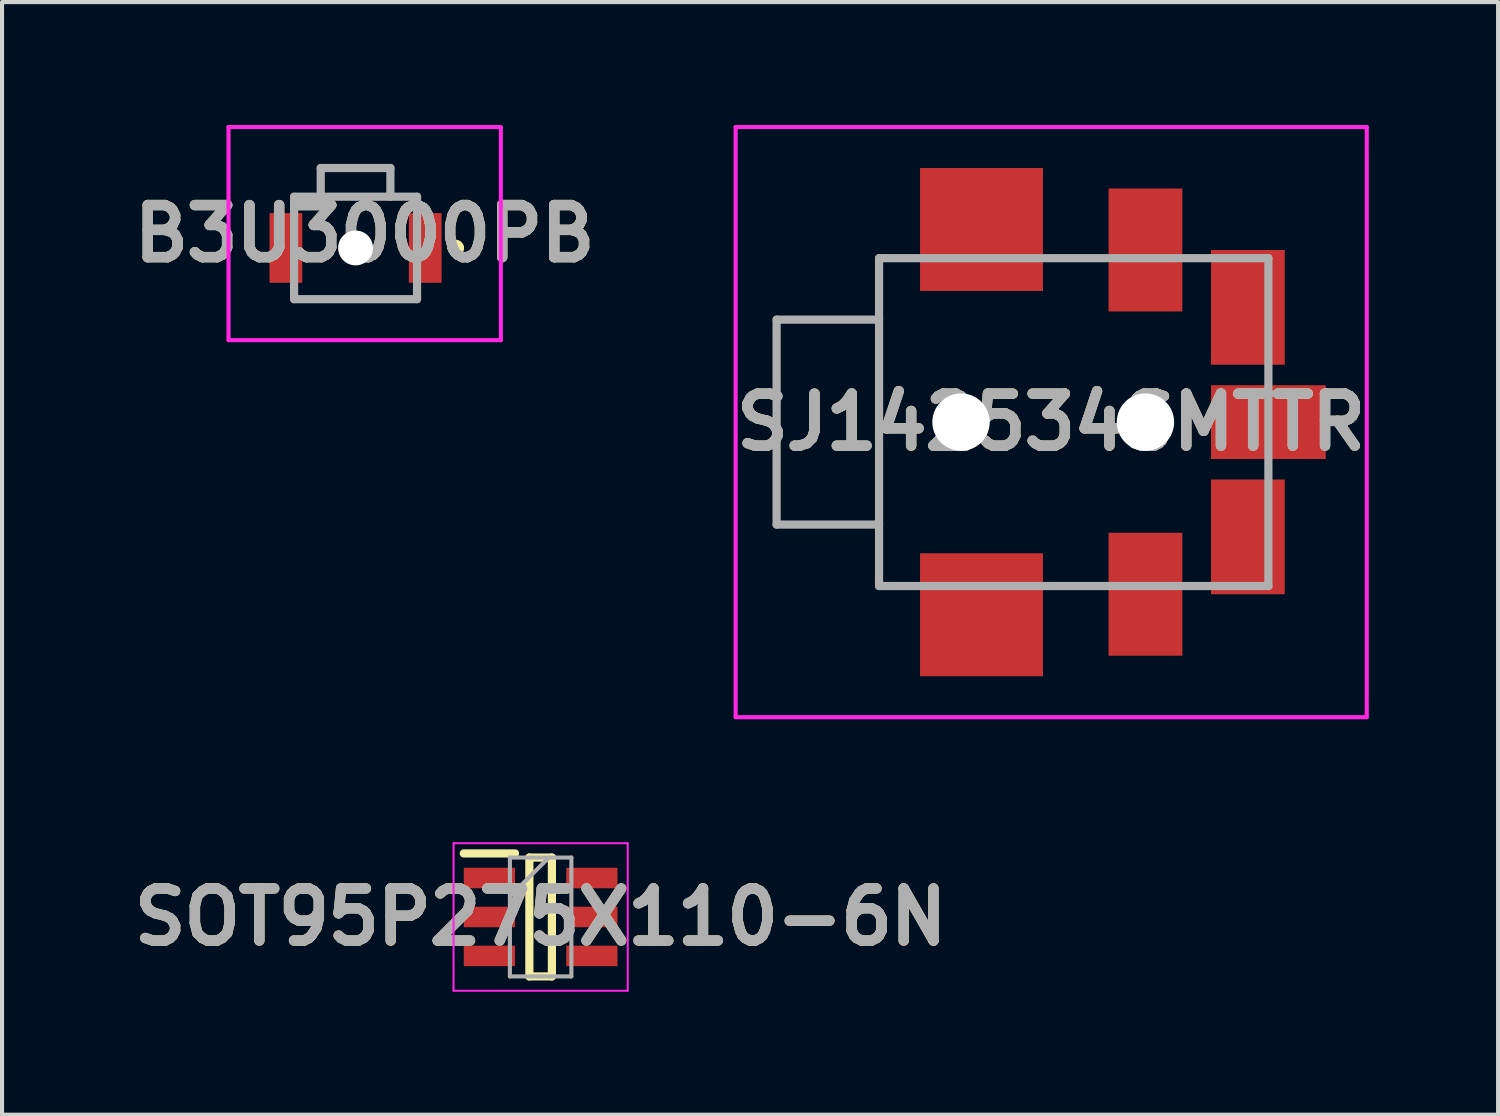
<source format=kicad_pcb>
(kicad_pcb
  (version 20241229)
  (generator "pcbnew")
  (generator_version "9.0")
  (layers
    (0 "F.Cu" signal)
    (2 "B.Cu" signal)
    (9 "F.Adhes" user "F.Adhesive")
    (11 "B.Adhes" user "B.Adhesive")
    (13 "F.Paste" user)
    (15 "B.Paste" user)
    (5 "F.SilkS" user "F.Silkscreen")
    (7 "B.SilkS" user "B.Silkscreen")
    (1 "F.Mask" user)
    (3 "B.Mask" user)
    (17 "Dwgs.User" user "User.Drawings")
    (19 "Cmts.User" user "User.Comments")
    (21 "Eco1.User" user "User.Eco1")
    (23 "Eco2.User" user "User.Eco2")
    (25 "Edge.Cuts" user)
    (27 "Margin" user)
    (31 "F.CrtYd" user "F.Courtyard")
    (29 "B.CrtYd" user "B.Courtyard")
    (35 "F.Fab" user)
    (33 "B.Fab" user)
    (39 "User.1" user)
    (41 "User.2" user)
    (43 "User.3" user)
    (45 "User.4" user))
  (footprint "SOT95P275X110-6N"
    (layer "F.Cu")
    (at 10.142 19.325)
    (property "Reference" "SOT95P275X110-6N" (at 0 0 0) (layer "F.SilkS") (effects (font (size 1.27 1.27) (thickness 0.254))))
    (attr smd)
    (fp_line (start -1.875 -1.55) (end -0.625 -1.55) (stroke (width 0.2) (type solid)) (layer "F.SilkS"))
    (fp_line (start -0.275 -1.45) (end 0.275 -1.45) (stroke (width 0.2) (type solid)) (layer "F.SilkS"))
    (fp_line (start -0.275 1.45) (end -0.275 -1.45) (stroke (width 0.2) (type solid)) (layer "F.SilkS"))
    (fp_line (start 0.275 -1.45) (end 0.275 1.45) (stroke (width 0.2) (type solid)) (layer "F.SilkS"))
    (fp_line (start 0.275 1.45) (end -0.275 1.45) (stroke (width 0.2) (type solid)) (layer "F.SilkS"))
    (fp_line (start -2.125 -1.8) (end 2.125 -1.8) (stroke (width 0.05) (type solid)) (layer "F.CrtYd"))
    (fp_line (start -2.125 1.8) (end -2.125 -1.8) (stroke (width 0.05) (type solid)) (layer "F.CrtYd"))
    (fp_line (start 2.125 -1.8) (end 2.125 1.8) (stroke (width 0.05) (type solid)) (layer "F.CrtYd"))
    (fp_line (start 2.125 1.8) (end -2.125 1.8) (stroke (width 0.05) (type solid)) (layer "F.CrtYd"))
    (fp_line (start -0.75 -1.45) (end 0.75 -1.45) (stroke (width 0.1) (type solid)) (layer "F.Fab"))
    (fp_line (start -0.75 -0.5) (end 0.2 -1.45) (stroke (width 0.1) (type solid)) (layer "F.Fab"))
    (fp_line (start -0.75 1.45) (end -0.75 -1.45) (stroke (width 0.1) (type solid)) (layer "F.Fab"))
    (fp_line (start 0.75 -1.45) (end 0.75 1.45) (stroke (width 0.1) (type solid)) (layer "F.Fab"))
    (fp_line (start 0.75 1.45) (end -0.75 1.45) (stroke (width 0.1) (type solid)) (layer "F.Fab"))
    (fp_text user "${REFERENCE}" (at 0 0 0) (layer "F.Fab") (effects (font (size 1.27 1.27) (thickness 0.254))))
    (pad "1" smd rect (at -1.25 -0.95 90) (size 0.5 1.25) (layers "F.Cu" "F.Mask" "F.Paste"))
    (pad "2" smd rect (at -1.25 0 90) (size 0.5 1.25) (layers "F.Cu" "F.Mask" "F.Paste"))
    (pad "3" smd rect (at -1.25 0.95 90) (size 0.5 1.25) (layers "F.Cu" "F.Mask" "F.Paste"))
    (pad "4" smd rect (at 1.25 0.95 90) (size 0.5 1.25) (layers "F.Cu" "F.Mask" "F.Paste"))
    (pad "5" smd rect (at 1.25 0 90) (size 0.5 1.25) (layers "F.Cu" "F.Mask" "F.Paste"))
    (pad "6" smd rect (at 1.25 -0.95 90) (size 0.5 1.25) (layers "F.Cu" "F.Mask" "F.Paste")))
  (footprint "SJ142534SMTTR"
    (layer "F.Cu")
    (at 22.6 7.25)
    (property "Reference" "SJ142534SMTTR" (at 0 0 0) (layer "F.SilkS") (effects (font (size 1.27 1.27) (thickness 0.254))))
    (attr through_hole)
    (fp_line (start -4.2 -4) (end -4.2 4) (stroke (width 0.1) (type solid)) (layer "F.SilkS"))
    (fp_line (start -4.2 4) (end -3.7 4) (stroke (width 0.1) (type solid)) (layer "F.SilkS"))
    (fp_line (start -3.7 -4) (end -4.2 -4) (stroke (width 0.1) (type solid)) (layer "F.SilkS"))
    (fp_line (start -7.7 -7.2) (end 7.7 -7.2) (stroke (width 0.1) (type solid)) (layer "F.CrtYd"))
    (fp_line (start -7.7 7.2) (end -7.7 -7.2) (stroke (width 0.1) (type solid)) (layer "F.CrtYd"))
    (fp_line (start 7.7 -7.2) (end 7.7 7.2) (stroke (width 0.1) (type solid)) (layer "F.CrtYd"))
    (fp_line (start 7.7 7.2) (end -7.7 7.2) (stroke (width 0.1) (type solid)) (layer "F.CrtYd"))
    (fp_line (start -6.7 -2.5) (end -6.7 2.5) (stroke (width 0.2) (type solid)) (layer "F.Fab"))
    (fp_line (start -6.7 2.5) (end -4.2 2.5) (stroke (width 0.2) (type solid)) (layer "F.Fab"))
    (fp_line (start -4.2 -4) (end 5.3 -4) (stroke (width 0.2) (type solid)) (layer "F.Fab"))
    (fp_line (start -4.2 -2.5) (end -6.7 -2.5) (stroke (width 0.2) (type solid)) (layer "F.Fab"))
    (fp_line (start -4.2 4) (end -4.2 -4) (stroke (width 0.2) (type solid)) (layer "F.Fab"))
    (fp_line (start 5.3 -4) (end 5.3 4) (stroke (width 0.2) (type solid)) (layer "F.Fab"))
    (fp_line (start 5.3 4) (end -4.2 4) (stroke (width 0.2) (type solid)) (layer "F.Fab"))
    (fp_text user "${REFERENCE}" (at 0 0 0) (layer "F.Fab") (effects (font (size 1.27 1.27) (thickness 0.254))))
    (pad "" np_thru_hole circle (at -2.2 0) (size 1.4 1.4) (drill 1.4) (layers "*.Cu" "*.Mask"))
    (pad "" np_thru_hole circle (at 2.3 0) (size 1.4 1.4) (drill 1.4) (layers "*.Cu" "*.Mask"))
    (pad "1" smd rect (at 5.3 0 90) (size 1.8 2.8) (layers "F.Cu" "F.Mask" "F.Paste"))
    (pad "2" smd rect (at 2.3 4.2) (size 1.8 3) (layers "F.Cu" "F.Mask" "F.Paste"))
    (pad "3" smd rect (at 2.3 -4.2) (size 1.8 3) (layers "F.Cu" "F.Mask" "F.Paste"))
    (pad "5" smd rect (at 4.8 2.8) (size 1.8 2.8) (layers "F.Cu" "F.Mask" "F.Paste"))
    (pad "6" smd rect (at 4.8 -2.8) (size 1.8 2.8) (layers "F.Cu" "F.Mask" "F.Paste"))
    (pad "A4" smd rect (at -1.7 -4.7) (size 3 3) (layers "F.Cu" "F.Mask" "F.Paste"))
    (pad "B4" smd rect (at -1.7 4.7) (size 3 3) (layers "F.Cu" "F.Mask" "F.Paste")))
  (footprint "B3U3000PB"
    (layer "F.Cu")
    (at 5.626 3)
    (property "Reference" "B3U3000PB" (at 0.222 -0.35 0) (layer "F.SilkS") (effects (font (size 1.27 1.27) (thickness 0.254))))
    (attr through_hole)
    (fp_line (start -1.5 -1.25) (end -0.85 -1.25) (stroke (width 0.1) (type solid)) (layer "F.SilkS"))
    (fp_line (start -1.5 1.25) (end 1.5 1.25) (stroke (width 0.1) (type solid)) (layer "F.SilkS"))
    (fp_line (start -0.85 -1.95) (end 0.85 -1.95) (stroke (width 0.1) (type solid)) (layer "F.SilkS"))
    (fp_line (start -0.85 -1.25) (end -0.85 -1.95) (stroke (width 0.1) (type solid)) (layer "F.SilkS"))
    (fp_line (start 0.85 -1.95) (end 0.85 -1.25) (stroke (width 0.1) (type solid)) (layer "F.SilkS"))
    (fp_line (start 0.85 -1.25) (end 1.5 -1.25) (stroke (width 0.1) (type solid)) (layer "F.SilkS"))
    (fp_line (start 2.345 0) (end 2.345 0) (stroke (width 0.2) (type solid)) (layer "F.SilkS"))
    (fp_line (start 2.545 0) (end 2.545 0) (stroke (width 0.2) (type solid)) (layer "F.SilkS"))
    (fp_arc (start 2.345 0) (mid 2.445 -0.1) (end 2.545 0) (stroke (width 0.2) (type solid)) (layer "F.SilkS"))
    (fp_arc (start 2.545 0) (mid 2.445 0.1) (end 2.345 0) (stroke (width 0.2) (type solid)) (layer "F.SilkS"))
    (fp_line (start -3.1 -2.95) (end 3.545 -2.95) (stroke (width 0.1) (type solid)) (layer "F.CrtYd"))
    (fp_line (start -3.1 2.25) (end -3.1 -2.95) (stroke (width 0.1) (type solid)) (layer "F.CrtYd"))
    (fp_line (start 3.545 -2.95) (end 3.545 2.25) (stroke (width 0.1) (type solid)) (layer "F.CrtYd"))
    (fp_line (start 3.545 2.25) (end -3.1 2.25) (stroke (width 0.1) (type solid)) (layer "F.CrtYd"))
    (fp_line (start -1.5 -1.25) (end 1.5 -1.25) (stroke (width 0.2) (type solid)) (layer "F.Fab"))
    (fp_line (start -1.5 1.25) (end -1.5 -1.25) (stroke (width 0.2) (type solid)) (layer "F.Fab"))
    (fp_line (start -0.85 -1.95) (end 0.85 -1.95) (stroke (width 0.2) (type solid)) (layer "F.Fab"))
    (fp_line (start -0.85 -1.25) (end -0.85 -1.95) (stroke (width 0.2) (type solid)) (layer "F.Fab"))
    (fp_line (start 0.85 -1.95) (end 0.85 -1.25) (stroke (width 0.2) (type solid)) (layer "F.Fab"))
    (fp_line (start 1.5 -1.25) (end 1.5 1.25) (stroke (width 0.2) (type solid)) (layer "F.Fab"))
    (fp_line (start 1.5 1.25) (end -1.5 1.25) (stroke (width 0.2) (type solid)) (layer "F.Fab"))
    (fp_text user "${REFERENCE}" (at 0.222 -0.35 0) (layer "F.Fab") (effects (font (size 1.27 1.27) (thickness 0.254))))
    (pad "" np_thru_hole circle (at 0 0) (size 0.85 0.85) (drill 0.85) (layers "*.Cu" "*.Mask"))
    (pad "1" smd rect (at 1.7 0) (size 0.8 1.7) (layers "F.Cu" "F.Mask" "F.Paste"))
    (pad "2" smd rect (at -1.7 0) (size 0.8 1.7) (layers "F.Cu" "F.Mask" "F.Paste")))
  (gr_rect
    (start -3 -3)
    (end 33.505 24.15)
    (stroke (width 0.1) (type default))
    (fill no)
    (layer "Edge.Cuts")))
</source>
